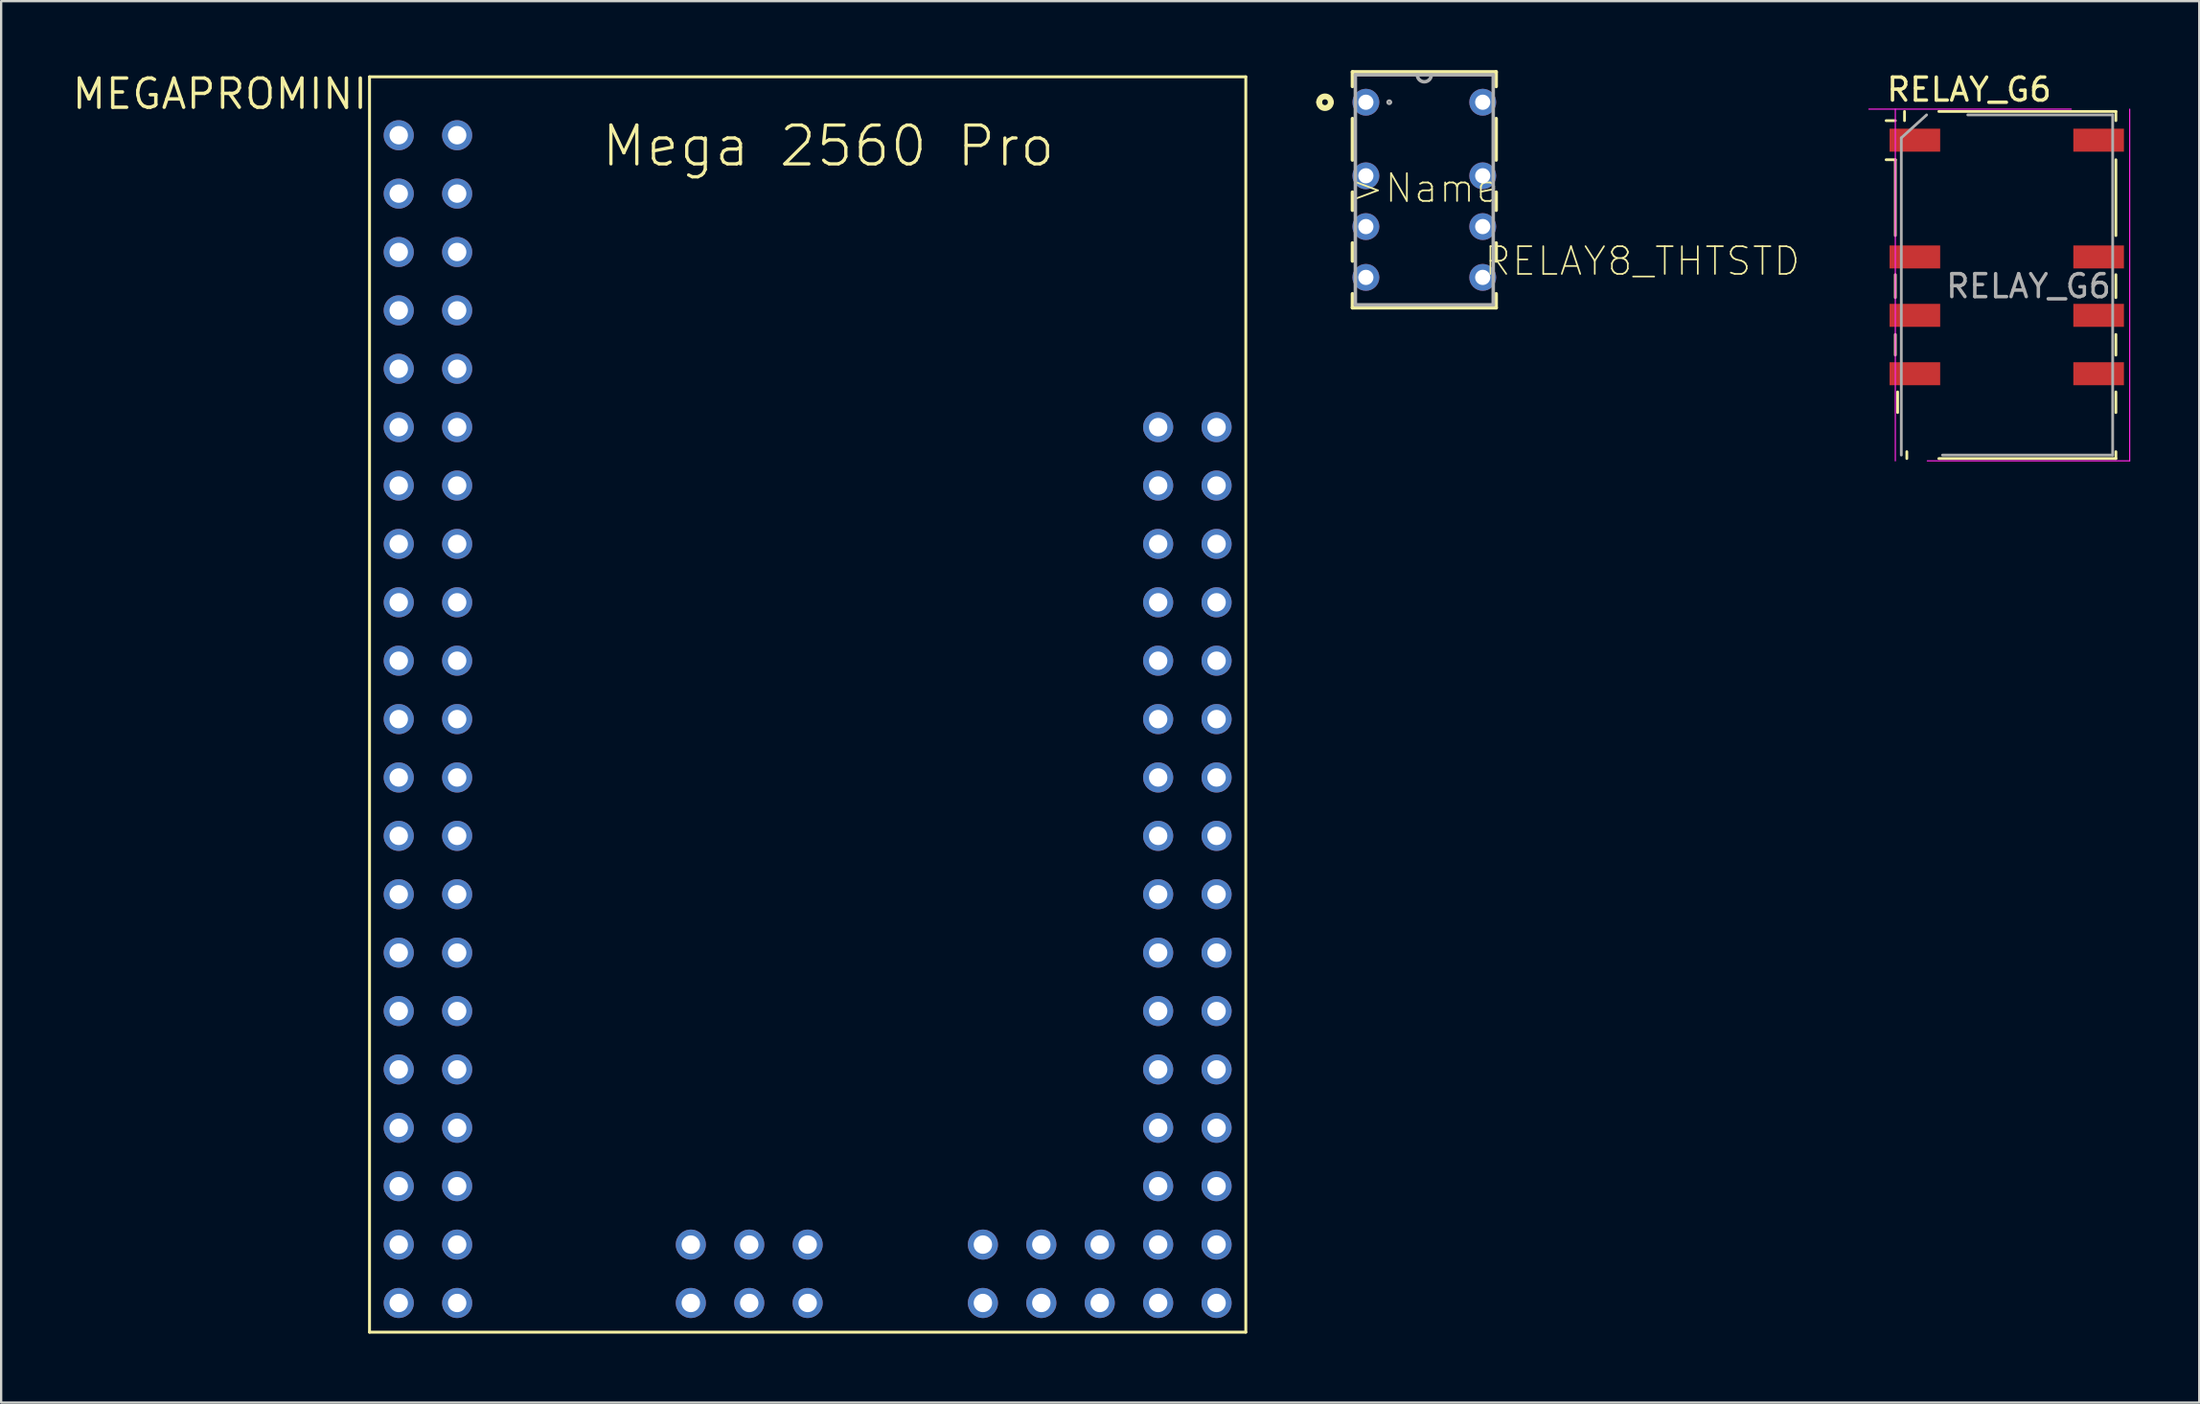
<source format=kicad_pcb>
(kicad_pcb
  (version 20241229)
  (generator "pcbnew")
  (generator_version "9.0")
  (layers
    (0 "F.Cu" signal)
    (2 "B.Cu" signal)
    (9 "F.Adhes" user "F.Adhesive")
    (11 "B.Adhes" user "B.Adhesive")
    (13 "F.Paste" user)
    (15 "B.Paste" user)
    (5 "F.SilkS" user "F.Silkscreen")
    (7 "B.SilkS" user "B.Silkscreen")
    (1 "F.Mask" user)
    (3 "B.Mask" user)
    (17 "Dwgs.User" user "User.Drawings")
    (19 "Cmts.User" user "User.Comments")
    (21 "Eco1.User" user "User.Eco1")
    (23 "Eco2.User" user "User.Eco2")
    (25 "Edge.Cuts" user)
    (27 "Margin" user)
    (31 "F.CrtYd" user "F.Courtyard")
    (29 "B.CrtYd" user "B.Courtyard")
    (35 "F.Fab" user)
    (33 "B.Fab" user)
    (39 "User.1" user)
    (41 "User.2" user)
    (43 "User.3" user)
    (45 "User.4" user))
  (footprint "RELAY8_THTSTD"
    (layer "F.Cu")
    (at 61.419 9.017)
    (property "Reference" "RELAY8_THTSTD" (at 0 0 0) (layer "F.SilkS") (effects (font (size 1.206 1.206) (thickness 0.072)) (justify left bottom)))
    (attr through_hole)
    (fp_line (start -5.664 -8.941) (end -5.664 -8.306) (stroke (width 0.152) (type solid)) (layer "F.SilkS"))
    (fp_line (start -5.664 -6.909) (end -5.664 -5.105) (stroke (width 0.152) (type solid)) (layer "F.SilkS"))
    (fp_line (start -5.664 -3.708) (end -5.664 -2.921) (stroke (width 0.152) (type solid)) (layer "F.SilkS"))
    (fp_line (start -5.664 -1.499) (end -5.664 -0.711) (stroke (width 0.152) (type solid)) (layer "F.SilkS"))
    (fp_line (start -5.664 0.711) (end -5.664 1.321) (stroke (width 0.152) (type solid)) (layer "F.SilkS"))
    (fp_line (start -5.664 1.321) (end 0.584 1.321) (stroke (width 0.152) (type solid)) (layer "F.SilkS"))
    (fp_line (start 0.584 -8.941) (end -5.664 -8.941) (stroke (width 0.152) (type solid)) (layer "F.SilkS"))
    (fp_line (start 0.584 -8.306) (end 0.584 -8.941) (stroke (width 0.152) (type solid)) (layer "F.SilkS"))
    (fp_line (start 0.584 -5.105) (end 0.584 -6.909) (stroke (width 0.152) (type solid)) (layer "F.SilkS"))
    (fp_line (start 0.584 -2.921) (end 0.584 -3.708) (stroke (width 0.152) (type solid)) (layer "F.SilkS"))
    (fp_line (start 0.584 -0.711) (end 0.584 -1.499) (stroke (width 0.152) (type solid)) (layer "F.SilkS"))
    (fp_line (start 0.584 1.321) (end 0.584 0.711) (stroke (width 0.152) (type solid)) (layer "F.SilkS"))
    (fp_arc (start -7.112 -7.62) (mid -6.858 -7.874) (end -6.604 -7.62) (stroke (width 0.254) (type solid)) (layer "F.SilkS"))
    (fp_arc (start -6.604 -7.62) (mid -6.858 -7.366) (end -7.112 -7.62) (stroke (width 0.254) (type solid)) (layer "F.SilkS"))
    (fp_line (start -5.537 -8.814) (end -5.537 1.194) (stroke (width 0.152) (type solid)) (layer "F.Fab"))
    (fp_line (start -5.537 1.194) (end 0.457 1.194) (stroke (width 0.152) (type solid)) (layer "F.Fab"))
    (fp_line (start 0.457 -8.814) (end -5.537 -8.814) (stroke (width 0.152) (type solid)) (layer "F.Fab"))
    (fp_line (start 0.457 1.194) (end 0.457 -8.814) (stroke (width 0.152) (type solid)) (layer "F.Fab"))
    (fp_arc (start -4.1402 -7.62) (mid -4.064 -7.6962) (end -3.9878 -7.62) (stroke (width 0.1) (type solid)) (layer "F.Fab"))
    (fp_arc (start -3.9878 -7.62) (mid -4.064 -7.5438) (end -4.1402 -7.62) (stroke (width 0.1) (type solid)) (layer "F.Fab"))
    (fp_arc (start -2.2352 -8.8138) (mid -2.54 -8.509) (end -2.8448 -8.8138) (stroke (width 0.1524) (type solid)) (layer "F.Fab"))
    (fp_text user ">Name" (at -5.817 -3.175 0) (layer "F.SilkS") (effects (font (size 1.206 1.206) (thickness 0.076)) (justify left bottom)))
    (pad "1" thru_hole circle (at -5.08 -7.62) (size 1.168 1.168) (drill 0.66) (layers "*.Cu" "*.Mask"))
    (pad "2" thru_hole circle (at -5.08 -4.42) (size 1.168 1.168) (drill 0.66) (layers "*.Cu" "*.Mask"))
    (pad "3" thru_hole circle (at -5.08 -2.21) (size 1.168 1.168) (drill 0.66) (layers "*.Cu" "*.Mask"))
    (pad "4" thru_hole circle (at -5.08 0) (size 1.168 1.168) (drill 0.66) (layers "*.Cu" "*.Mask"))
    (pad "5" thru_hole circle (at 0 0 180) (size 1.168 1.168) (drill 0.66) (layers "*.Cu" "*.Mask"))
    (pad "6" thru_hole circle (at 0 -2.21 180) (size 1.168 1.168) (drill 0.66) (layers "*.Cu" "*.Mask"))
    (pad "7" thru_hole circle (at 0 -4.42 180) (size 1.168 1.168) (drill 0.66) (layers "*.Cu" "*.Mask"))
    (pad "8" thru_hole circle (at 0 -7.62) (size 1.168 1.168) (drill 0.66) (layers "*.Cu" "*.Mask")))
  (footprint "RELAY_G6"
    (layer "F.Cu")
    (at 83.879 9.398)
    (property "Reference" "RELAY_G6" (at -1.31 -8.55 0) (layer "F.SilkS") (effects (font (size 1 1) (thickness 0.15))))
    (attr smd)
    (fp_line (start -4.92 -7.2) (end -4.52 -7.2) (stroke (width 0.12) (type solid)) (layer "F.SilkS"))
    (fp_line (start -4.52 -5.5) (end -4.92 -5.5) (stroke (width 0.12) (type solid)) (layer "F.SilkS"))
    (fp_line (start -4.52 -5.5) (end -4.52 -2.2) (stroke (width 0.12) (type solid)) (layer "F.SilkS"))
    (fp_line (start -4.52 -0.5) (end -4.52 0.5) (stroke (width 0.12) (type solid)) (layer "F.SilkS"))
    (fp_line (start -4.52 2.1) (end -4.52 3) (stroke (width 0.12) (type solid)) (layer "F.SilkS"))
    (fp_line (start -4.42 5.5) (end -4.42 4.6) (stroke (width 0.12) (type solid)) (layer "F.SilkS"))
    (fp_line (start -4.12 -7.2) (end -4.12 -7.6) (stroke (width 0.12) (type solid)) (layer "F.SilkS"))
    (fp_line (start -4.02 7.2) (end -4.02 7.5) (stroke (width 0.12) (type solid)) (layer "F.SilkS"))
    (fp_line (start -2.63 -7.6) (end 5.07 -7.6) (stroke (width 0.12) (type solid)) (layer "F.SilkS"))
    (fp_line (start -2.63 7.5) (end 5.07 7.5) (stroke (width 0.12) (type solid)) (layer "F.SilkS"))
    (fp_line (start 5.07 -7.6) (end 5.07 -7.2) (stroke (width 0.12) (type solid)) (layer "F.SilkS"))
    (fp_line (start 5.07 -5.5) (end 5.07 -2.2) (stroke (width 0.12) (type solid)) (layer "F.SilkS"))
    (fp_line (start 5.07 0.5) (end 5.07 -0.5) (stroke (width 0.12) (type solid)) (layer "F.SilkS"))
    (fp_line (start 5.07 3) (end 5.07 2.1) (stroke (width 0.12) (type solid)) (layer "F.SilkS"))
    (fp_line (start 5.07 4.6) (end 5.07 5.5) (stroke (width 0.12) (type solid)) (layer "F.SilkS"))
    (fp_line (start 5.07 7.5) (end 5.07 7.2) (stroke (width 0.12) (type solid)) (layer "F.SilkS"))
    (fp_line (start -5.67 -7.7) (end 3.13 -7.7) (stroke (width 0.05) (type solid)) (layer "F.CrtYd"))
    (fp_line (start -4.52 -7.7) (end -4.52 7.6) (stroke (width 0.05) (type solid)) (layer "F.CrtYd"))
    (fp_line (start 5.67 7.6) (end -3.13 7.6) (stroke (width 0.05) (type solid)) (layer "F.CrtYd"))
    (fp_line (start 5.67 7.6) (end 5.67 -7.7) (stroke (width 0.05) (type solid)) (layer "F.CrtYd"))
    (fp_line (start -4.26 -6.45) (end -3.16 -7.45) (stroke (width 0.12) (type solid)) (layer "F.Fab"))
    (fp_line (start -4.26 7.35) (end -4.26 -6.45) (stroke (width 0.12) (type solid)) (layer "F.Fab"))
    (fp_line (start -1.37 -7.45) (end 4.93 -7.45) (stroke (width 0.12) (type solid)) (layer "F.Fab"))
    (fp_line (start 4.93 -7.45) (end 4.93 7.35) (stroke (width 0.12) (type solid)) (layer "F.Fab"))
    (fp_line (start 4.93 7.35) (end -2.47 7.35) (stroke (width 0.12) (type solid)) (layer "F.Fab"))
    (fp_text user "${REFERENCE}" (at 1.27 0 0) (layer "F.Fab") (effects (font (size 1 1) (thickness 0.15))))
    (pad "1" smd rect (at -3.67 -6.35) (size 2.2 1) (layers "F.Cu" "F.Mask" "F.Paste"))
    (pad "3" smd rect (at -3.67 -1.27) (size 2.2 1) (layers "F.Cu" "F.Mask" "F.Paste"))
    (pad "4" smd rect (at -3.67 1.27) (size 2.2 1) (layers "F.Cu" "F.Mask" "F.Paste"))
    (pad "5" smd rect (at -3.67 3.81) (size 2.2 1) (layers "F.Cu" "F.Mask" "F.Paste"))
    (pad "8" smd rect (at 4.32 3.81) (size 2.2 1) (layers "F.Cu" "F.Mask" "F.Paste"))
    (pad "9" smd rect (at 4.32 1.27) (size 2.2 1) (layers "F.Cu" "F.Mask" "F.Paste"))
    (pad "10" smd rect (at 4.32 -1.27) (size 2.2 1) (layers "F.Cu" "F.Mask" "F.Paste"))
    (pad "12" smd rect (at 4.32 -6.35) (size 2.2 1) (layers "F.Cu" "F.Mask" "F.Paste")))
  (footprint "MEGAPROMINI"
    (layer "F.Cu")
    (at 13.017 0.292)
    (property "Reference" "MEGAPROMINI" (at 0 0 0) (layer "F.SilkS") (effects (font (size 1.27 1.27) (thickness 0.15)) (justify right top)))
    (attr through_hole)
    (fp_line (start 0 0) (end 38.1 0) (stroke (width 0.127) (type solid)) (layer "F.SilkS"))
    (fp_line (start 0 54.61) (end 0 0) (stroke (width 0.127) (type solid)) (layer "F.SilkS"))
    (fp_line (start 38.1 0) (end 38.1 54.61) (stroke (width 0.127) (type solid)) (layer "F.SilkS"))
    (fp_line (start 38.1 54.61) (end 0 54.61) (stroke (width 0.127) (type solid)) (layer "F.SilkS"))
    (fp_text user "Mega 2560 Pro" (at 10 4 0) (layer "F.SilkS") (effects (font (size 1.689 1.689) (thickness 0.142)) (justify left bottom)))
    (pad "P$1" thru_hole circle (at 3.81 2.54) (size 1.308 1.308) (drill 0.8) (layers "*.Cu" "*.Mask"))
    (pad "P$2" thru_hole circle (at 1.27 2.54) (size 1.308 1.308) (drill 0.8) (layers "*.Cu" "*.Mask"))
    (pad "P$3" thru_hole circle (at 3.81 5.08) (size 1.308 1.308) (drill 0.8) (layers "*.Cu" "*.Mask"))
    (pad "P$4" thru_hole circle (at 1.27 5.08) (size 1.308 1.308) (drill 0.8) (layers "*.Cu" "*.Mask"))
    (pad "P$5" thru_hole circle (at 3.81 7.62) (size 1.308 1.308) (drill 0.8) (layers "*.Cu" "*.Mask"))
    (pad "P$6" thru_hole circle (at 1.27 7.62) (size 1.308 1.308) (drill 0.8) (layers "*.Cu" "*.Mask"))
    (pad "P$7" thru_hole circle (at 3.81 10.16) (size 1.308 1.308) (drill 0.8) (layers "*.Cu" "*.Mask"))
    (pad "P$8" thru_hole circle (at 1.27 10.16) (size 1.308 1.308) (drill 0.8) (layers "*.Cu" "*.Mask"))
    (pad "P$9" thru_hole circle (at 3.81 12.7) (size 1.308 1.308) (drill 0.8) (layers "*.Cu" "*.Mask"))
    (pad "P$10" thru_hole circle (at 1.27 12.7) (size 1.308 1.308) (drill 0.8) (layers "*.Cu" "*.Mask"))
    (pad "P$11" thru_hole circle (at 3.81 15.24) (size 1.308 1.308) (drill 0.8) (layers "*.Cu" "*.Mask"))
    (pad "P$12" thru_hole circle (at 1.27 15.24) (size 1.308 1.308) (drill 0.8) (layers "*.Cu" "*.Mask"))
    (pad "P$13" thru_hole circle (at 3.81 17.78) (size 1.308 1.308) (drill 0.8) (layers "*.Cu" "*.Mask"))
    (pad "P$14" thru_hole circle (at 1.27 17.78) (size 1.308 1.308) (drill 0.8) (layers "*.Cu" "*.Mask"))
    (pad "P$15" thru_hole circle (at 3.81 20.32) (size 1.308 1.308) (drill 0.8) (layers "*.Cu" "*.Mask"))
    (pad "P$16" thru_hole circle (at 1.27 20.32) (size 1.308 1.308) (drill 0.8) (layers "*.Cu" "*.Mask"))
    (pad "P$17" thru_hole circle (at 3.81 22.86) (size 1.308 1.308) (drill 0.8) (layers "*.Cu" "*.Mask"))
    (pad "P$18" thru_hole circle (at 1.27 22.86) (size 1.308 1.308) (drill 0.8) (layers "*.Cu" "*.Mask"))
    (pad "P$19" thru_hole circle (at 3.81 25.4) (size 1.308 1.308) (drill 0.8) (layers "*.Cu" "*.Mask"))
    (pad "P$20" thru_hole circle (at 1.27 25.4) (size 1.308 1.308) (drill 0.8) (layers "*.Cu" "*.Mask"))
    (pad "P$21" thru_hole circle (at 3.81 27.94) (size 1.308 1.308) (drill 0.8) (layers "*.Cu" "*.Mask"))
    (pad "P$22" thru_hole circle (at 1.27 27.94) (size 1.308 1.308) (drill 0.8) (layers "*.Cu" "*.Mask"))
    (pad "P$23" thru_hole circle (at 3.81 30.48) (size 1.308 1.308) (drill 0.8) (layers "*.Cu" "*.Mask"))
    (pad "P$24" thru_hole circle (at 1.27 30.48) (size 1.308 1.308) (drill 0.8) (layers "*.Cu" "*.Mask"))
    (pad "P$25" thru_hole circle (at 3.81 33.02) (size 1.308 1.308) (drill 0.8) (layers "*.Cu" "*.Mask"))
    (pad "P$26" thru_hole circle (at 1.27 33.02) (size 1.308 1.308) (drill 0.8) (layers "*.Cu" "*.Mask"))
    (pad "P$27" thru_hole circle (at 3.81 35.56) (size 1.308 1.308) (drill 0.8) (layers "*.Cu" "*.Mask"))
    (pad "P$28" thru_hole circle (at 1.27 35.56) (size 1.308 1.308) (drill 0.8) (layers "*.Cu" "*.Mask"))
    (pad "P$29" thru_hole circle (at 3.81 38.1) (size 1.308 1.308) (drill 0.8) (layers "*.Cu" "*.Mask"))
    (pad "P$30" thru_hole circle (at 1.27 38.1) (size 1.308 1.308) (drill 0.8) (layers "*.Cu" "*.Mask"))
    (pad "P$31" thru_hole circle (at 3.81 40.64) (size 1.308 1.308) (drill 0.8) (layers "*.Cu" "*.Mask"))
    (pad "P$32" thru_hole circle (at 1.27 40.64) (size 1.308 1.308) (drill 0.8) (layers "*.Cu" "*.Mask"))
    (pad "P$33" thru_hole circle (at 3.81 43.18) (size 1.308 1.308) (drill 0.8) (layers "*.Cu" "*.Mask"))
    (pad "P$34" thru_hole circle (at 1.27 43.18) (size 1.308 1.308) (drill 0.8) (layers "*.Cu" "*.Mask"))
    (pad "P$35" thru_hole circle (at 3.81 45.72) (size 1.308 1.308) (drill 0.8) (layers "*.Cu" "*.Mask"))
    (pad "P$36" thru_hole circle (at 1.27 45.72) (size 1.308 1.308) (drill 0.8) (layers "*.Cu" "*.Mask"))
    (pad "P$37" thru_hole circle (at 3.81 48.26) (size 1.308 1.308) (drill 0.8) (layers "*.Cu" "*.Mask"))
    (pad "P$38" thru_hole circle (at 1.27 48.26) (size 1.308 1.308) (drill 0.8) (layers "*.Cu" "*.Mask"))
    (pad "P$39" thru_hole circle (at 3.81 50.8) (size 1.308 1.308) (drill 0.8) (layers "*.Cu" "*.Mask"))
    (pad "P$40" thru_hole circle (at 1.27 50.8) (size 1.308 1.308) (drill 0.8) (layers "*.Cu" "*.Mask"))
    (pad "P$41" thru_hole circle (at 3.81 53.34) (size 1.308 1.308) (drill 0.8) (layers "*.Cu" "*.Mask"))
    (pad "P$42" thru_hole circle (at 1.27 53.34) (size 1.308 1.308) (drill 0.8) (layers "*.Cu" "*.Mask"))
    (pad "P$43" thru_hole circle (at 36.83 15.24) (size 1.308 1.308) (drill 0.8) (layers "*.Cu" "*.Mask"))
    (pad "P$44" thru_hole circle (at 34.29 15.24) (size 1.308 1.308) (drill 0.8) (layers "*.Cu" "*.Mask"))
    (pad "P$45" thru_hole circle (at 36.83 17.78) (size 1.308 1.308) (drill 0.8) (layers "*.Cu" "*.Mask"))
    (pad "P$46" thru_hole circle (at 34.29 17.78) (size 1.308 1.308) (drill 0.8) (layers "*.Cu" "*.Mask"))
    (pad "P$47" thru_hole circle (at 36.83 20.32) (size 1.308 1.308) (drill 0.8) (layers "*.Cu" "*.Mask"))
    (pad "P$48" thru_hole circle (at 34.29 20.32) (size 1.308 1.308) (drill 0.8) (layers "*.Cu" "*.Mask"))
    (pad "P$49" thru_hole circle (at 36.83 22.86) (size 1.308 1.308) (drill 0.8) (layers "*.Cu" "*.Mask"))
    (pad "P$50" thru_hole circle (at 34.29 22.86) (size 1.308 1.308) (drill 0.8) (layers "*.Cu" "*.Mask"))
    (pad "P$51" thru_hole circle (at 36.83 25.4) (size 1.308 1.308) (drill 0.8) (layers "*.Cu" "*.Mask"))
    (pad "P$52" thru_hole circle (at 34.29 25.4) (size 1.308 1.308) (drill 0.8) (layers "*.Cu" "*.Mask"))
    (pad "P$53" thru_hole circle (at 36.83 27.94) (size 1.308 1.308) (drill 0.8) (layers "*.Cu" "*.Mask"))
    (pad "P$54" thru_hole circle (at 34.29 27.94) (size 1.308 1.308) (drill 0.8) (layers "*.Cu" "*.Mask"))
    (pad "P$55" thru_hole circle (at 36.83 30.48) (size 1.308 1.308) (drill 0.8) (layers "*.Cu" "*.Mask"))
    (pad "P$56" thru_hole circle (at 34.29 30.48) (size 1.308 1.308) (drill 0.8) (layers "*.Cu" "*.Mask"))
    (pad "P$57" thru_hole circle (at 36.83 33.02) (size 1.308 1.308) (drill 0.8) (layers "*.Cu" "*.Mask"))
    (pad "P$58" thru_hole circle (at 34.29 33.02) (size 1.308 1.308) (drill 0.8) (layers "*.Cu" "*.Mask"))
    (pad "P$59" thru_hole circle (at 36.83 35.56) (size 1.308 1.308) (drill 0.8) (layers "*.Cu" "*.Mask"))
    (pad "P$60" thru_hole circle (at 34.29 35.56) (size 1.308 1.308) (drill 0.8) (layers "*.Cu" "*.Mask"))
    (pad "P$61" thru_hole circle (at 36.83 38.1) (size 1.308 1.308) (drill 0.8) (layers "*.Cu" "*.Mask"))
    (pad "P$62" thru_hole circle (at 34.29 38.1) (size 1.308 1.308) (drill 0.8) (layers "*.Cu" "*.Mask"))
    (pad "P$63" thru_hole circle (at 36.83 40.64) (size 1.308 1.308) (drill 0.8) (layers "*.Cu" "*.Mask"))
    (pad "P$64" thru_hole circle (at 34.29 40.64) (size 1.308 1.308) (drill 0.8) (layers "*.Cu" "*.Mask"))
    (pad "P$65" thru_hole circle (at 36.83 43.18) (size 1.308 1.308) (drill 0.8) (layers "*.Cu" "*.Mask"))
    (pad "P$66" thru_hole circle (at 34.29 43.18) (size 1.308 1.308) (drill 0.8) (layers "*.Cu" "*.Mask"))
    (pad "P$67" thru_hole circle (at 36.83 45.72) (size 1.308 1.308) (drill 0.8) (layers "*.Cu" "*.Mask"))
    (pad "P$68" thru_hole circle (at 34.29 45.72) (size 1.308 1.308) (drill 0.8) (layers "*.Cu" "*.Mask"))
    (pad "P$69" thru_hole circle (at 36.83 48.26) (size 1.308 1.308) (drill 0.8) (layers "*.Cu" "*.Mask"))
    (pad "P$70" thru_hole circle (at 34.29 48.26) (size 1.308 1.308) (drill 0.8) (layers "*.Cu" "*.Mask"))
    (pad "P$71" thru_hole circle (at 36.83 50.8) (size 1.308 1.308) (drill 0.8) (layers "*.Cu" "*.Mask"))
    (pad "P$72" thru_hole circle (at 34.29 50.8) (size 1.308 1.308) (drill 0.8) (layers "*.Cu" "*.Mask"))
    (pad "P$73" thru_hole circle (at 36.83 53.34) (size 1.308 1.308) (drill 0.8) (layers "*.Cu" "*.Mask"))
    (pad "P$74" thru_hole circle (at 34.29 53.34) (size 1.308 1.308) (drill 0.8) (layers "*.Cu" "*.Mask"))
    (pad "P$75" thru_hole circle (at 31.75 53.34) (size 1.308 1.308) (drill 0.8) (layers "*.Cu" "*.Mask"))
    (pad "P$76" thru_hole circle (at 31.75 50.8) (size 1.308 1.308) (drill 0.8) (layers "*.Cu" "*.Mask"))
    (pad "P$77" thru_hole circle (at 29.21 53.34) (size 1.308 1.308) (drill 0.8) (layers "*.Cu" "*.Mask"))
    (pad "P$78" thru_hole circle (at 29.21 50.8) (size 1.308 1.308) (drill 0.8) (layers "*.Cu" "*.Mask"))
    (pad "P$79" thru_hole circle (at 26.67 53.34) (size 1.308 1.308) (drill 0.8) (layers "*.Cu" "*.Mask"))
    (pad "P$80" thru_hole circle (at 26.67 50.8) (size 1.308 1.308) (drill 0.8) (layers "*.Cu" "*.Mask"))
    (pad "P$81" thru_hole circle (at 19.05 53.34) (size 1.308 1.308) (drill 0.8) (layers "*.Cu" "*.Mask"))
    (pad "P$82" thru_hole circle (at 19.05 50.8) (size 1.308 1.308) (drill 0.8) (layers "*.Cu" "*.Mask"))
    (pad "P$83" thru_hole circle (at 16.51 53.34) (size 1.308 1.308) (drill 0.8) (layers "*.Cu" "*.Mask"))
    (pad "P$84" thru_hole circle (at 16.51 50.8) (size 1.308 1.308) (drill 0.8) (layers "*.Cu" "*.Mask"))
    (pad "P$85" thru_hole circle (at 13.97 53.34) (size 1.308 1.308) (drill 0.8) (layers "*.Cu" "*.Mask"))
    (pad "P$86" thru_hole circle (at 13.97 50.8) (size 1.308 1.308) (drill 0.8) (layers "*.Cu" "*.Mask")))
  (gr_rect
    (start -3 -3)
    (end 92.574 57.966)
    (stroke (width 0.1) (type default))
    (fill no)
    (layer "Edge.Cuts")))
</source>
